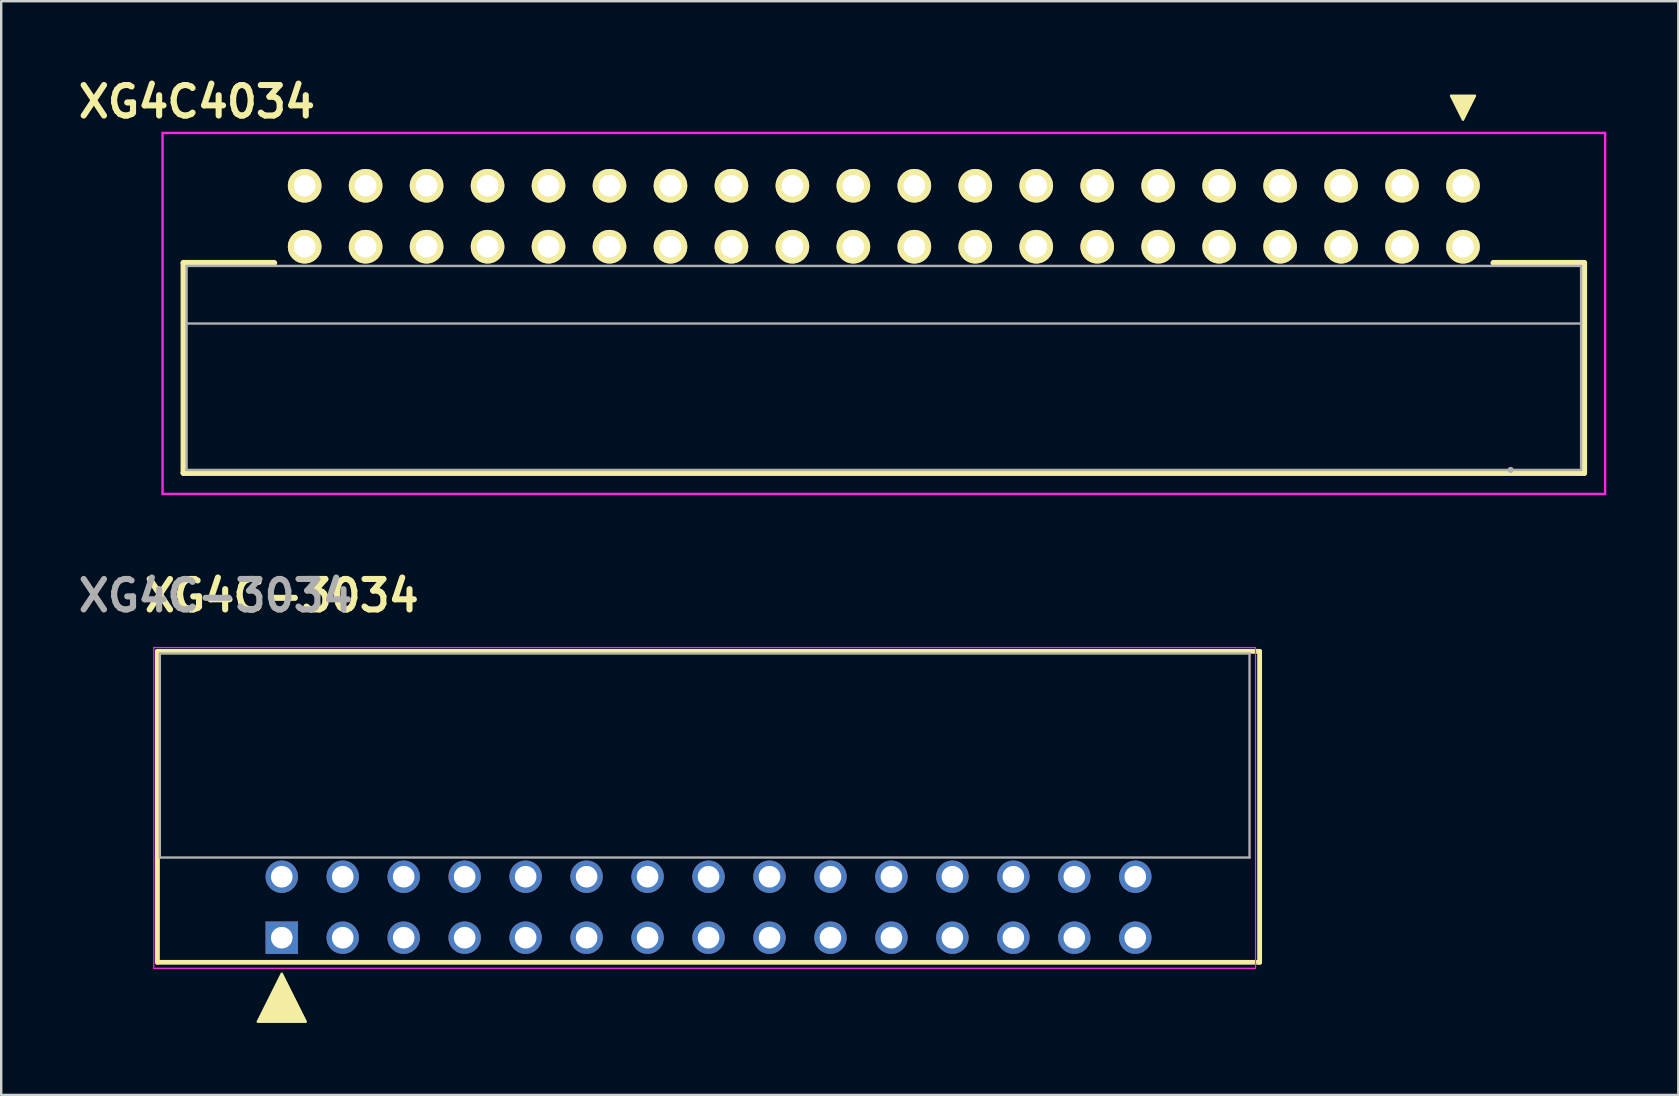
<source format=kicad_pcb>
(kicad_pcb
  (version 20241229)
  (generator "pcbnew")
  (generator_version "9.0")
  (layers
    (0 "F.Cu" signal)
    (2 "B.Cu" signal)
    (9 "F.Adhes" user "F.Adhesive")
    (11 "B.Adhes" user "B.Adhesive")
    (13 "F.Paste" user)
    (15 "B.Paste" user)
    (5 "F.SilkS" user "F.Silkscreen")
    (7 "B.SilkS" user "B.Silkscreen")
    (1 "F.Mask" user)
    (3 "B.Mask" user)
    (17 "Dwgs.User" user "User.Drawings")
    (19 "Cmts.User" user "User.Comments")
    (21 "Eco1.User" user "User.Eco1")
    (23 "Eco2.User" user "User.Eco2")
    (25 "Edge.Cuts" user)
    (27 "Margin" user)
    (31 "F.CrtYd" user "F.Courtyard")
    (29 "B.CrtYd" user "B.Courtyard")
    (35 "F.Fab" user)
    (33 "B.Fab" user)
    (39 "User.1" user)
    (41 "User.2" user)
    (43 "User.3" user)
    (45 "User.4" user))
  (footprint "XG4C4034"
    (layer "F.Cu")
    (at 33.903 5.939)
    (property "Reference" "XG4C4034" (at -28.75 -4.75 0) (layer "F.SilkS") (effects (font (size 1.27 1.27) (thickness 0.254))))
    (attr through_hole)
    (fp_line (start -29.305 1.965) (end -29.305 10.715) (stroke (width 0.25) (type solid)) (layer "F.SilkS"))
    (fp_line (start -29.305 10.715) (end 29.045 10.715) (stroke (width 0.25) (type solid)) (layer "F.SilkS"))
    (fp_line (start -25.53 1.965) (end -29.305 1.965) (stroke (width 0.25) (type solid)) (layer "F.SilkS"))
    (fp_line (start 29.045 1.965) (end 25.27 1.965) (stroke (width 0.25) (type solid)) (layer "F.SilkS"))
    (fp_line (start 29.045 10.715) (end 29.045 1.965) (stroke (width 0.25) (type solid)) (layer "F.SilkS"))
    (fp_poly (pts (xy 24 -4) (xy 24.5 -5) (xy 23.5 -5)) (stroke (width 0.1) (type solid)) (fill yes) (layer "F.SilkS"))
    (fp_line (start -30.18 -3.45) (end -30.18 11.59) (stroke (width 0.1) (type solid)) (layer "F.CrtYd"))
    (fp_line (start -30.18 11.59) (end 29.92 11.59) (stroke (width 0.1) (type solid)) (layer "F.CrtYd"))
    (fp_line (start 29.92 -3.45) (end -30.18 -3.45) (stroke (width 0.1) (type solid)) (layer "F.CrtYd"))
    (fp_line (start 29.92 11.59) (end 29.92 -3.45) (stroke (width 0.1) (type solid)) (layer "F.CrtYd"))
    (fp_line (start -29.18 2.09) (end -29.18 10.59) (stroke (width 0.1) (type solid)) (layer "F.Fab"))
    (fp_line (start -29.18 10.59) (end 28.92 10.59) (stroke (width 0.1) (type solid)) (layer "F.Fab"))
    (fp_line (start 25.985 10.59) (end 25.98 10.59) (stroke (width 0.25) (type solid)) (layer "F.Fab"))
    (fp_line (start 28.92 2.09) (end -29.18 2.09) (stroke (width 0.1) (type solid)) (layer "F.Fab"))
    (fp_line (start 28.92 4.49) (end -29.18 4.49) (stroke (width 0.1) (type solid)) (layer "F.Fab"))
    (fp_line (start 28.92 10.59) (end 28.92 2.09) (stroke (width 0.1) (type solid)) (layer "F.Fab"))
    (pad "1" thru_hole circle (at 24 -1.25 90) (size 1.4 1.4) (drill 0.9) (layers "*.Cu" "*.Mask" "F.SilkS"))
    (pad "2" thru_hole circle (at 24 1.29 90) (size 1.4 1.4) (drill 0.9) (layers "*.Cu" "*.Mask" "F.SilkS"))
    (pad "3" thru_hole circle (at 21.46 -1.25 90) (size 1.4 1.4) (drill 0.9) (layers "*.Cu" "*.Mask" "F.SilkS"))
    (pad "4" thru_hole circle (at 21.46 1.29 90) (size 1.4 1.4) (drill 0.9) (layers "*.Cu" "*.Mask" "F.SilkS"))
    (pad "5" thru_hole circle (at 18.92 -1.25 90) (size 1.4 1.4) (drill 0.9) (layers "*.Cu" "*.Mask" "F.SilkS"))
    (pad "6" thru_hole circle (at 18.92 1.29 90) (size 1.4 1.4) (drill 0.9) (layers "*.Cu" "*.Mask" "F.SilkS"))
    (pad "7" thru_hole circle (at 16.38 -1.25 90) (size 1.4 1.4) (drill 0.9) (layers "*.Cu" "*.Mask" "F.SilkS"))
    (pad "8" thru_hole circle (at 16.38 1.29 90) (size 1.4 1.4) (drill 0.9) (layers "*.Cu" "*.Mask" "F.SilkS"))
    (pad "9" thru_hole circle (at 13.84 -1.25 90) (size 1.4 1.4) (drill 0.9) (layers "*.Cu" "*.Mask" "F.SilkS"))
    (pad "10" thru_hole circle (at 13.84 1.29 90) (size 1.4 1.4) (drill 0.9) (layers "*.Cu" "*.Mask" "F.SilkS"))
    (pad "11" thru_hole circle (at 11.3 -1.25 90) (size 1.4 1.4) (drill 0.9) (layers "*.Cu" "*.Mask" "F.SilkS"))
    (pad "12" thru_hole circle (at 11.3 1.29 90) (size 1.4 1.4) (drill 0.9) (layers "*.Cu" "*.Mask" "F.SilkS"))
    (pad "13" thru_hole circle (at 8.76 -1.25 90) (size 1.4 1.4) (drill 0.9) (layers "*.Cu" "*.Mask" "F.SilkS"))
    (pad "14" thru_hole circle (at 8.76 1.29 90) (size 1.4 1.4) (drill 0.9) (layers "*.Cu" "*.Mask" "F.SilkS"))
    (pad "15" thru_hole circle (at 6.22 -1.25 90) (size 1.4 1.4) (drill 0.9) (layers "*.Cu" "*.Mask" "F.SilkS"))
    (pad "16" thru_hole circle (at 6.22 1.29 90) (size 1.4 1.4) (drill 0.9) (layers "*.Cu" "*.Mask" "F.SilkS"))
    (pad "17" thru_hole circle (at 3.68 -1.25 90) (size 1.4 1.4) (drill 0.9) (layers "*.Cu" "*.Mask" "F.SilkS"))
    (pad "18" thru_hole circle (at 3.68 1.29 90) (size 1.4 1.4) (drill 0.9) (layers "*.Cu" "*.Mask" "F.SilkS"))
    (pad "19" thru_hole circle (at 1.14 -1.25 90) (size 1.4 1.4) (drill 0.9) (layers "*.Cu" "*.Mask" "F.SilkS"))
    (pad "20" thru_hole circle (at 1.14 1.29 90) (size 1.4 1.4) (drill 0.9) (layers "*.Cu" "*.Mask" "F.SilkS"))
    (pad "21" thru_hole circle (at -1.4 -1.25 90) (size 1.4 1.4) (drill 0.9) (layers "*.Cu" "*.Mask" "F.SilkS"))
    (pad "22" thru_hole circle (at -1.4 1.29 90) (size 1.4 1.4) (drill 0.9) (layers "*.Cu" "*.Mask" "F.SilkS"))
    (pad "23" thru_hole circle (at -3.94 -1.25 90) (size 1.4 1.4) (drill 0.9) (layers "*.Cu" "*.Mask" "F.SilkS"))
    (pad "24" thru_hole circle (at -3.94 1.29 90) (size 1.4 1.4) (drill 0.9) (layers "*.Cu" "*.Mask" "F.SilkS"))
    (pad "25" thru_hole circle (at -6.48 -1.25 90) (size 1.4 1.4) (drill 0.9) (layers "*.Cu" "*.Mask" "F.SilkS"))
    (pad "26" thru_hole circle (at -6.48 1.29 90) (size 1.4 1.4) (drill 0.9) (layers "*.Cu" "*.Mask" "F.SilkS"))
    (pad "27" thru_hole circle (at -9.02 -1.25 90) (size 1.4 1.4) (drill 0.9) (layers "*.Cu" "*.Mask" "F.SilkS"))
    (pad "28" thru_hole circle (at -9.02 1.29 90) (size 1.4 1.4) (drill 0.9) (layers "*.Cu" "*.Mask" "F.SilkS"))
    (pad "29" thru_hole circle (at -11.56 -1.25 90) (size 1.4 1.4) (drill 0.9) (layers "*.Cu" "*.Mask" "F.SilkS"))
    (pad "30" thru_hole circle (at -11.56 1.29 90) (size 1.4 1.4) (drill 0.9) (layers "*.Cu" "*.Mask" "F.SilkS"))
    (pad "31" thru_hole circle (at -14.1 -1.25 90) (size 1.4 1.4) (drill 0.9) (layers "*.Cu" "*.Mask" "F.SilkS"))
    (pad "32" thru_hole circle (at -14.1 1.29 90) (size 1.4 1.4) (drill 0.9) (layers "*.Cu" "*.Mask" "F.SilkS"))
    (pad "33" thru_hole circle (at -16.64 -1.25 90) (size 1.4 1.4) (drill 0.9) (layers "*.Cu" "*.Mask" "F.SilkS"))
    (pad "34" thru_hole circle (at -16.64 1.29 90) (size 1.4 1.4) (drill 0.9) (layers "*.Cu" "*.Mask" "F.SilkS"))
    (pad "35" thru_hole circle (at -19.18 -1.25 90) (size 1.4 1.4) (drill 0.9) (layers "*.Cu" "*.Mask" "F.SilkS"))
    (pad "36" thru_hole circle (at -19.18 1.29 90) (size 1.4 1.4) (drill 0.9) (layers "*.Cu" "*.Mask" "F.SilkS"))
    (pad "37" thru_hole circle (at -21.72 -1.25 90) (size 1.4 1.4) (drill 0.9) (layers "*.Cu" "*.Mask" "F.SilkS"))
    (pad "38" thru_hole circle (at -21.72 1.29 90) (size 1.4 1.4) (drill 0.9) (layers "*.Cu" "*.Mask" "F.SilkS"))
    (pad "39" thru_hole circle (at -24.26 -1.25 90) (size 1.4 1.4) (drill 0.9) (layers "*.Cu" "*.Mask" "F.SilkS"))
    (pad "40" thru_hole circle (at -24.26 1.29 90) (size 1.4 1.4) (drill 0.9) (layers "*.Cu" "*.Mask" "F.SilkS")))
  (footprint "XG4C-3034"
    (layer "F.Cu")
    (at 27.739 34.747)
    (property "Reference" "XG4C-3034" (at -19.05 -12.98 0) (layer "F.SilkS") (effects (font (size 1.27 1.27) (thickness 0.254))))
    (attr through_hole)
    (fp_line (start -24.23 -10.66) (end -24.23 2.295) (stroke (width 0.2) (type solid)) (layer "F.SilkS"))
    (fp_line (start -24.23 2.295) (end 21.69 2.295) (stroke (width 0.2) (type solid)) (layer "F.SilkS"))
    (fp_line (start 21.69 -10.66) (end -24.23 -10.66) (stroke (width 0.2) (type solid)) (layer "F.SilkS"))
    (fp_line (start 21.69 2.295) (end 21.69 -10.66) (stroke (width 0.2) (type solid)) (layer "F.SilkS"))
    (fp_poly (pts (xy -18.05 4.77) (xy -20.05 4.77) (xy -19.05 2.77)) (stroke (width 0.1) (type solid)) (fill yes) (layer "F.SilkS"))
    (fp_line (start -24.38 -10.82) (end 21.52 -10.82) (stroke (width 0.05) (type solid)) (layer "F.CrtYd"))
    (fp_line (start -24.38 2.545) (end -24.38 -10.82) (stroke (width 0.05) (type solid)) (layer "F.CrtYd"))
    (fp_line (start 21.52 -10.82) (end 21.52 2.545) (stroke (width 0.05) (type solid)) (layer "F.CrtYd"))
    (fp_line (start 21.52 2.545) (end -24.38 2.545) (stroke (width 0.05) (type solid)) (layer "F.CrtYd"))
    (fp_line (start -24.13 -10.57) (end 21.27 -10.57) (stroke (width 0.1) (type solid)) (layer "F.Fab"))
    (fp_line (start -24.13 -2.07) (end -24.13 -10.57) (stroke (width 0.1) (type solid)) (layer "F.Fab"))
    (fp_line (start 21.27 -10.57) (end 21.27 -2.07) (stroke (width 0.1) (type solid)) (layer "F.Fab"))
    (fp_line (start 21.27 -2.07) (end -24.13 -2.07) (stroke (width 0.1) (type solid)) (layer "F.Fab"))
    (fp_text user "${REFERENCE}" (at -21.8 -12.98 0) (layer "F.Fab") (effects (font (size 1.27 1.27) (thickness 0.254))))
    (pad "1" thru_hole rect (at -19.05 1.27) (size 1.35 1.35) (drill 0.9) (layers "*.Cu" "*.Mask"))
    (pad "2" thru_hole circle (at -19.05 -1.27) (size 1.35 1.35) (drill 0.9) (layers "*.Cu" "*.Mask"))
    (pad "3" thru_hole circle (at -16.51 1.27) (size 1.35 1.35) (drill 0.9) (layers "*.Cu" "*.Mask"))
    (pad "4" thru_hole circle (at -16.51 -1.27) (size 1.35 1.35) (drill 0.9) (layers "*.Cu" "*.Mask"))
    (pad "5" thru_hole circle (at -13.97 1.27) (size 1.35 1.35) (drill 0.9) (layers "*.Cu" "*.Mask"))
    (pad "6" thru_hole circle (at -13.97 -1.27) (size 1.35 1.35) (drill 0.9) (layers "*.Cu" "*.Mask"))
    (pad "7" thru_hole circle (at -11.43 1.27) (size 1.35 1.35) (drill 0.9) (layers "*.Cu" "*.Mask"))
    (pad "8" thru_hole circle (at -11.43 -1.27) (size 1.35 1.35) (drill 0.9) (layers "*.Cu" "*.Mask"))
    (pad "9" thru_hole circle (at -8.89 1.27) (size 1.35 1.35) (drill 0.9) (layers "*.Cu" "*.Mask"))
    (pad "10" thru_hole circle (at -8.89 -1.27) (size 1.35 1.35) (drill 0.9) (layers "*.Cu" "*.Mask"))
    (pad "11" thru_hole circle (at -6.35 1.27) (size 1.35 1.35) (drill 0.9) (layers "*.Cu" "*.Mask"))
    (pad "12" thru_hole circle (at -6.35 -1.27) (size 1.35 1.35) (drill 0.9) (layers "*.Cu" "*.Mask"))
    (pad "13" thru_hole circle (at -3.81 1.27) (size 1.35 1.35) (drill 0.9) (layers "*.Cu" "*.Mask"))
    (pad "14" thru_hole circle (at -3.81 -1.27) (size 1.35 1.35) (drill 0.9) (layers "*.Cu" "*.Mask"))
    (pad "15" thru_hole circle (at -1.27 1.27) (size 1.35 1.35) (drill 0.9) (layers "*.Cu" "*.Mask"))
    (pad "16" thru_hole circle (at -1.27 -1.27) (size 1.35 1.35) (drill 0.9) (layers "*.Cu" "*.Mask"))
    (pad "17" thru_hole circle (at 1.27 1.27) (size 1.35 1.35) (drill 0.9) (layers "*.Cu" "*.Mask"))
    (pad "18" thru_hole circle (at 1.27 -1.27) (size 1.35 1.35) (drill 0.9) (layers "*.Cu" "*.Mask"))
    (pad "19" thru_hole circle (at 3.81 1.27) (size 1.35 1.35) (drill 0.9) (layers "*.Cu" "*.Mask"))
    (pad "20" thru_hole circle (at 3.81 -1.27) (size 1.35 1.35) (drill 0.9) (layers "*.Cu" "*.Mask"))
    (pad "21" thru_hole circle (at 6.35 1.27) (size 1.35 1.35) (drill 0.9) (layers "*.Cu" "*.Mask"))
    (pad "22" thru_hole circle (at 6.35 -1.27) (size 1.35 1.35) (drill 0.9) (layers "*.Cu" "*.Mask"))
    (pad "23" thru_hole circle (at 8.89 1.27) (size 1.35 1.35) (drill 0.9) (layers "*.Cu" "*.Mask"))
    (pad "24" thru_hole circle (at 8.89 -1.27) (size 1.35 1.35) (drill 0.9) (layers "*.Cu" "*.Mask"))
    (pad "25" thru_hole circle (at 11.43 1.27) (size 1.35 1.35) (drill 0.9) (layers "*.Cu" "*.Mask"))
    (pad "26" thru_hole circle (at 11.43 -1.27) (size 1.35 1.35) (drill 0.9) (layers "*.Cu" "*.Mask"))
    (pad "27" thru_hole circle (at 13.97 1.27) (size 1.35 1.35) (drill 0.9) (layers "*.Cu" "*.Mask"))
    (pad "28" thru_hole circle (at 13.97 -1.27) (size 1.35 1.35) (drill 0.9) (layers "*.Cu" "*.Mask"))
    (pad "29" thru_hole circle (at 16.51 1.27) (size 1.35 1.35) (drill 0.9) (layers "*.Cu" "*.Mask"))
    (pad "30" thru_hole circle (at 16.51 -1.27) (size 1.35 1.35) (drill 0.9) (layers "*.Cu" "*.Mask")))
  (gr_rect
    (start -3 -3)
    (end 66.873 42.567)
    (stroke (width 0.1) (type default))
    (fill no)
    (layer "Edge.Cuts")))
</source>
